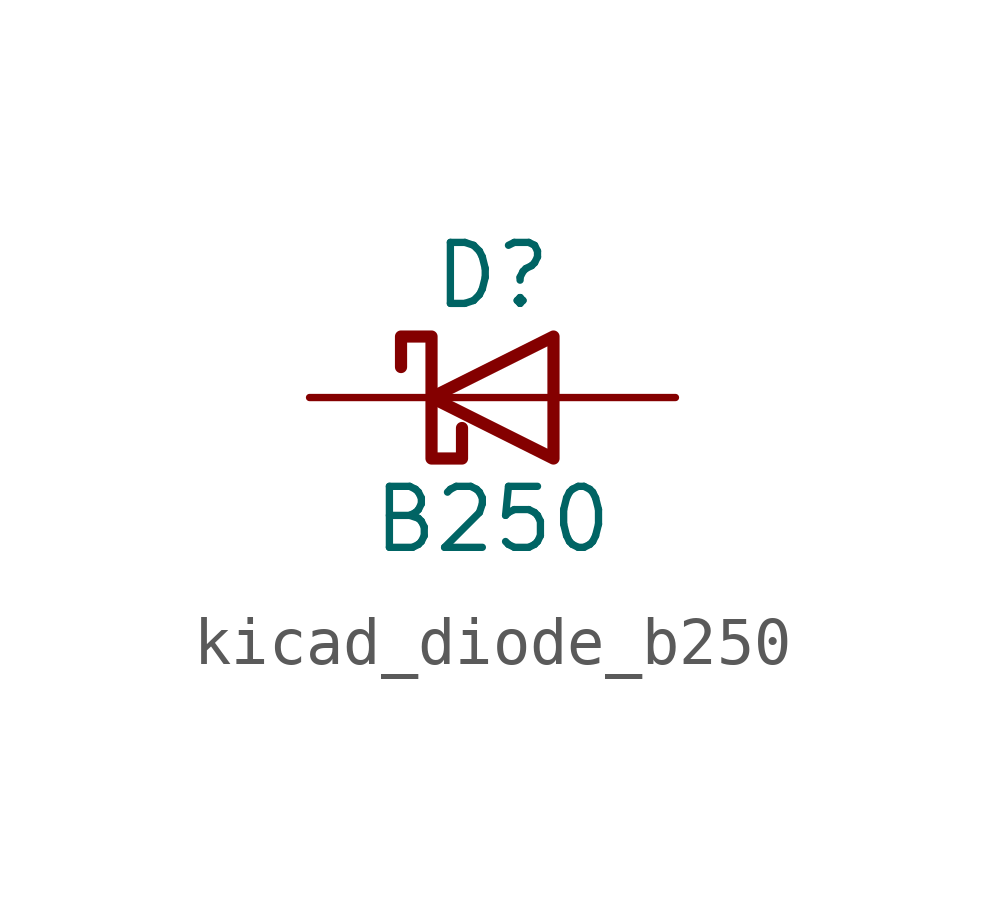
<source format=kicad_sym>
(kicad_symbol_lib
  (version 20220914)
  (generator kicad_symbol_editor)
  (symbol "kicad_diode_b250"
    (pin_numbers hide)
    (pin_names
      (offset 1.016) hide)
    (property "Reference" "D"
      (at 0 2.54 0)
      (effects (font (size 1.27 1.27))))
    (property "Value" "B250"
      (at 0 -2.54 0)
      (effects (font (size 1.27 1.27))))
    (symbol "kicad_diode_b250_0_1"
      (polyline (pts (xy 1.27 0) (xy -1.27 0)) (stroke (width 0) (type default)) (fill (type none)))
      (polyline (pts (xy 1.27 1.27) (xy 1.27 -1.27) (xy -1.27 0) (xy 1.27 1.27)) (stroke (width 0.254) (type default)) (fill (type none)))
      (polyline (pts (xy -1.905 0.635) (xy -1.905 1.27) (xy -1.27 1.27) (xy -1.27 -1.27) (xy -0.635 -1.27) (xy -0.635 -0.635)) (stroke (width 0.254) (type default)) (fill (type none))))
    (symbol "kicad_diode_b250_1_1"
      (pin passive line (at -3.81 0 0) (length 2.54) (name "K" (effects (font (size 1.27 1.27)))) (number "1" (effects (font (size 1.27 1.27)))))
      (pin passive line (at 3.81 0 180) (length 2.54) (name "A" (effects (font (size 1.27 1.27)))) (number "2" (effects (font (size 1.27 1.27))))))))
</source>
